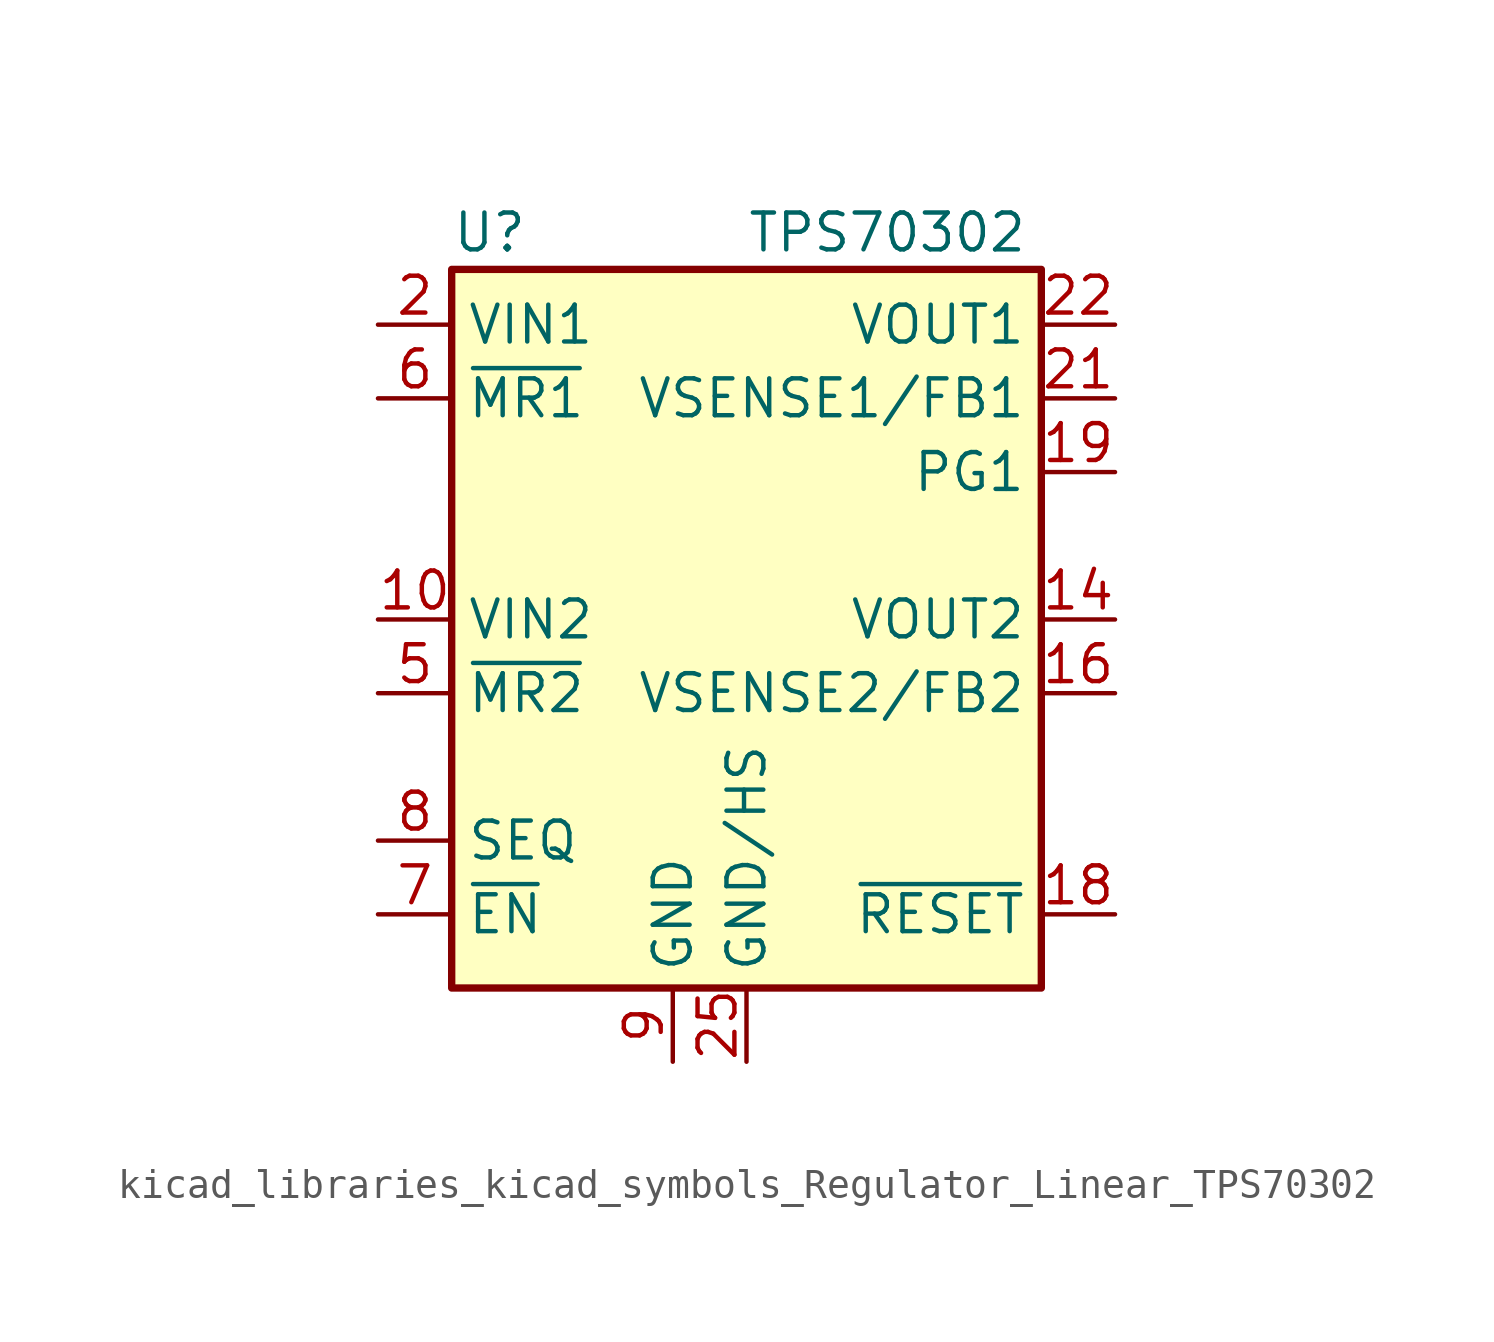
<source format=kicad_sym>
(kicad_symbol_lib
  (version 20220914)
  (generator kicad_symbol_editor)
  (symbol "kicad_libraries_kicad_symbols_Regulator_Linear_TPS70302"
    (property "Reference" "U"
      (at -10.16 13.335 0)
      (effects (font (size 1.27 1.27)) (justify left)))
    (property "Value" "TPS70302"
      (at 0 13.335 0)
      (effects (font (size 1.27 1.27)) (justify left)))
    (symbol "kicad_libraries_kicad_symbols_Regulator_Linear_TPS70302_0_1"
      (rectangle (start -10.16 12.065) (end 10.16 -12.7) (stroke (width 0.254) (type default)) (fill (type background))))
    (symbol "kicad_libraries_kicad_symbols_Regulator_Linear_TPS70302_1_1"
      (pin passive line (at 0 -15.24 90) (length 2.54) hide (name "GND/HS" (effects (font (size 1.27 1.27)))) (number "1" (effects (font (size 1.27 1.27)))))
      (pin power_in line (at -12.7 0 0) (length 2.54) (name "VIN2" (effects (font (size 1.27 1.27)))) (number "10" (effects (font (size 1.27 1.27)))))
      (pin passive line (at -12.7 0 0) (length 2.54) hide (name "VIN2" (effects (font (size 1.27 1.27)))) (number "11" (effects (font (size 1.27 1.27)))))
      (pin passive line (at 0 -15.24 90) (length 2.54) hide (name "GND/HS" (effects (font (size 1.27 1.27)))) (number "12" (effects (font (size 1.27 1.27)))))
      (pin passive line (at 0 -15.24 90) (length 2.54) hide (name "GND/HS" (effects (font (size 1.27 1.27)))) (number "13" (effects (font (size 1.27 1.27)))))
      (pin power_out line (at 12.7 0 180) (length 2.54) (name "VOUT2" (effects (font (size 1.27 1.27)))) (number "14" (effects (font (size 1.27 1.27)))))
      (pin passive line (at 12.7 0 180) (length 2.54) hide (name "VOUT2" (effects (font (size 1.27 1.27)))) (number "15" (effects (font (size 1.27 1.27)))))
      (pin input line (at 12.7 -2.54 180) (length 2.54) (name "VSENSE2/FB2" (effects (font (size 1.27 1.27)))) (number "16" (effects (font (size 1.27 1.27)))))
      (pin no_connect line (at -10.16 2.54 0) (length 2.54) hide (name "NC" (effects (font (size 1.27 1.27)))) (number "17" (effects (font (size 1.27 1.27)))))
      (pin open_collector line (at 12.7 -10.16 180) (length 2.54) (name "~{RESET}" (effects (font (size 1.27 1.27)))) (number "18" (effects (font (size 1.27 1.27)))))
      (pin open_collector line (at 12.7 5.08 180) (length 2.54) (name "PG1" (effects (font (size 1.27 1.27)))) (number "19" (effects (font (size 1.27 1.27)))))
      (pin power_in line (at -12.7 10.16 0) (length 2.54) (name "VIN1" (effects (font (size 1.27 1.27)))) (number "2" (effects (font (size 1.27 1.27)))))
      (pin no_connect line (at -10.16 -5.08 0) (length 2.54) hide (name "NC" (effects (font (size 1.27 1.27)))) (number "20" (effects (font (size 1.27 1.27)))))
      (pin input line (at 12.7 7.62 180) (length 2.54) (name "VSENSE1/FB1" (effects (font (size 1.27 1.27)))) (number "21" (effects (font (size 1.27 1.27)))))
      (pin power_out line (at 12.7 10.16 180) (length 2.54) (name "VOUT1" (effects (font (size 1.27 1.27)))) (number "22" (effects (font (size 1.27 1.27)))))
      (pin passive line (at 12.7 10.16 180) (length 2.54) hide (name "VOUT1" (effects (font (size 1.27 1.27)))) (number "23" (effects (font (size 1.27 1.27)))))
      (pin passive line (at 0 -15.24 90) (length 2.54) hide (name "GND/HS" (effects (font (size 1.27 1.27)))) (number "24" (effects (font (size 1.27 1.27)))))
      (pin power_in line (at 0 -15.24 90) (length 2.54) (name "GND/HS" (effects (font (size 1.27 1.27)))) (number "25" (effects (font (size 1.27 1.27)))))
      (pin passive line (at -12.7 10.16 0) (length 2.54) hide (name "VIN1" (effects (font (size 1.27 1.27)))) (number "3" (effects (font (size 1.27 1.27)))))
      (pin no_connect line (at -10.16 5.08 0) (length 2.54) hide (name "NC" (effects (font (size 1.27 1.27)))) (number "4" (effects (font (size 1.27 1.27)))))
      (pin input line (at -12.7 -2.54 0) (length 2.54) (name "~{MR2}" (effects (font (size 1.27 1.27)))) (number "5" (effects (font (size 1.27 1.27)))))
      (pin input line (at -12.7 7.62 0) (length 2.54) (name "~{MR1}" (effects (font (size 1.27 1.27)))) (number "6" (effects (font (size 1.27 1.27)))))
      (pin input line (at -12.7 -10.16 0) (length 2.54) (name "~{EN}" (effects (font (size 1.27 1.27)))) (number "7" (effects (font (size 1.27 1.27)))))
      (pin input line (at -12.7 -7.62 0) (length 2.54) (name "SEQ" (effects (font (size 1.27 1.27)))) (number "8" (effects (font (size 1.27 1.27)))))
      (pin power_in line (at -2.54 -15.24 90) (length 2.54) (name "GND" (effects (font (size 1.27 1.27)))) (number "9" (effects (font (size 1.27 1.27))))))))
</source>
